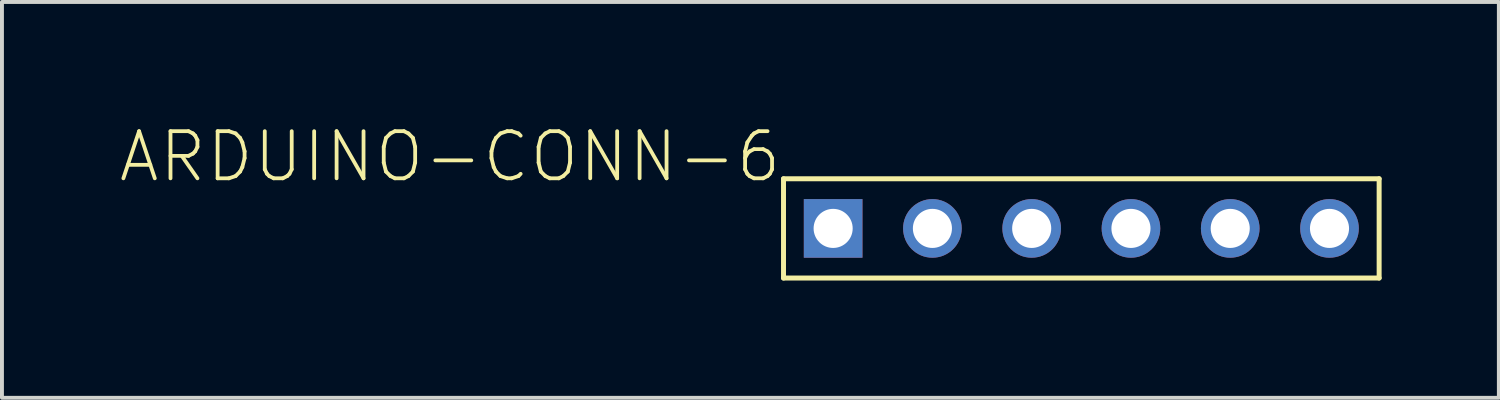
<source format=kicad_pcb>
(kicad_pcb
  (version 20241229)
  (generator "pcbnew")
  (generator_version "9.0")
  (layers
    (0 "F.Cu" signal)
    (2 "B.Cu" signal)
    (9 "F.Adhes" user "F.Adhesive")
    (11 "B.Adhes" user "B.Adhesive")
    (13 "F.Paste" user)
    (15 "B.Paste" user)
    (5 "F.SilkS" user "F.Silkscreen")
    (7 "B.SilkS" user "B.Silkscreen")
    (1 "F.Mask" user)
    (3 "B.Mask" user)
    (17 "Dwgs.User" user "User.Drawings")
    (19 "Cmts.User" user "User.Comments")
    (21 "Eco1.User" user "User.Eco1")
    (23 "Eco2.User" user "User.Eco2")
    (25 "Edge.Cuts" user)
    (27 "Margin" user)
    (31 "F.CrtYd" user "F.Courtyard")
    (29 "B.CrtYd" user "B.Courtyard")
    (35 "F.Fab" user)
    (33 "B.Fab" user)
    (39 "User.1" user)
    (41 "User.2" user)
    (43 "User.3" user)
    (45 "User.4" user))
  (footprint "ARDUINO-CONN-6"
    (layer "F.Cu")
    (at 18.267 2.794)
    (property "Reference" "ARDUINO-CONN-6" (at -1.27 -2.54 180) (layer "F.SilkS") (effects (font (size 1.206 1.206) (thickness 0.097)) (justify right top)))
    (attr through_hole)
    (fp_line (start -1.27 -1.27) (end -1.27 1.27) (stroke (width 0.127) (type solid)) (layer "F.SilkS"))
    (fp_line (start -1.27 1.27) (end 13.97 1.27) (stroke (width 0.127) (type solid)) (layer "F.SilkS"))
    (fp_line (start 13.97 -1.27) (end -1.27 -1.27) (stroke (width 0.127) (type solid)) (layer "F.SilkS"))
    (fp_line (start 13.97 1.27) (end 13.97 -1.27) (stroke (width 0.127) (type solid)) (layer "F.SilkS"))
    (pad "P$1" thru_hole rect (at 0 0) (size 1.5 1.5) (drill 1) (layers "*.Cu" "*.Mask"))
    (pad "P$2" thru_hole circle (at 2.54 0) (size 1.5 1.5) (drill 1) (layers "*.Cu" "*.Mask"))
    (pad "P$3" thru_hole circle (at 5.08 0) (size 1.5 1.5) (drill 1) (layers "*.Cu" "*.Mask"))
    (pad "P$4" thru_hole circle (at 7.62 0) (size 1.5 1.5) (drill 1) (layers "*.Cu" "*.Mask"))
    (pad "P$5" thru_hole circle (at 10.16 0) (size 1.5 1.5) (drill 1) (layers "*.Cu" "*.Mask"))
    (pad "P$6" thru_hole circle (at 12.7 0) (size 1.5 1.5) (drill 1) (layers "*.Cu" "*.Mask")))
  (gr_rect
    (start -3 -3)
    (end 35.3 7.128)
    (stroke (width 0.1) (type default))
    (fill no)
    (layer "Edge.Cuts")))
</source>
